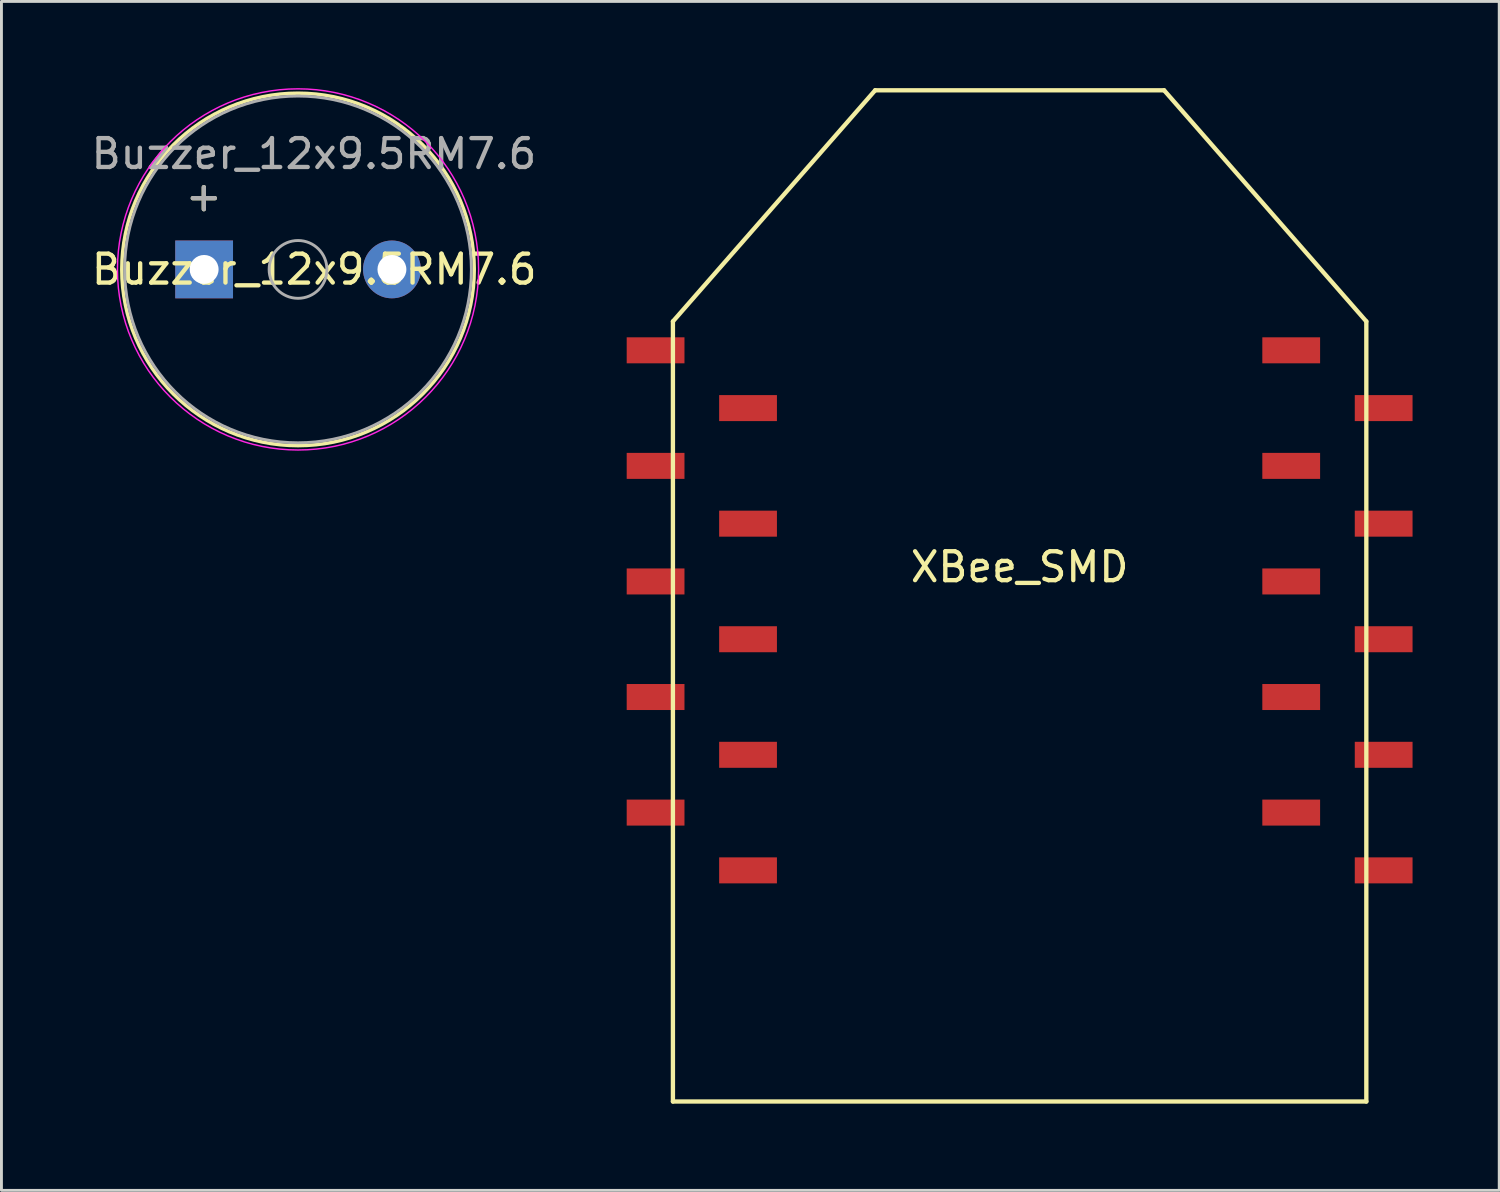
<source format=kicad_pcb>
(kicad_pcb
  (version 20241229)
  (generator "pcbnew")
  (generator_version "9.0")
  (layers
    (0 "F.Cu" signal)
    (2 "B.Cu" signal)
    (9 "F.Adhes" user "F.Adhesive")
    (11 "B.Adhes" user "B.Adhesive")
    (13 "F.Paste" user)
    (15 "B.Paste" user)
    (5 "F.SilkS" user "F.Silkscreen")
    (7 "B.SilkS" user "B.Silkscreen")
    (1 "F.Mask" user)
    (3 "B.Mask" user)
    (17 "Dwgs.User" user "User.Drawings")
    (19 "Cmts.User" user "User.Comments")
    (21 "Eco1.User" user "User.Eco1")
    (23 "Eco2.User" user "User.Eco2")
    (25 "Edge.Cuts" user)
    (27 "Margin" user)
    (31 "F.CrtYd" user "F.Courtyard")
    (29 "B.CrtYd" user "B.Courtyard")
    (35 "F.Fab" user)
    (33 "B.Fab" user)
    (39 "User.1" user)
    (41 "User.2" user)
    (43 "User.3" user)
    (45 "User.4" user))
  (footprint "Buzzer_12x9.5RM7.6"
    (layer "F.Cu")
    (at 4.015 6.275)
    (property "Reference" "Buzzer_12x9.5RM7.6" (at 3.81 0 180) (layer "F.SilkS") (effects (font (size 1 1) (thickness 0.15))))
    (attr through_hole)
    (fp_circle (center 3.25 0) (end 9.35 0) (stroke (width 0.12) (type solid)) (fill no) (layer "F.SilkS"))
    (fp_circle (center 3.25 0) (end 9.5 0) (stroke (width 0.05) (type solid)) (fill no) (layer "F.CrtYd"))
    (fp_circle (center 3.25 0) (end 4.25 0) (stroke (width 0.1) (type solid)) (fill no) (layer "F.Fab"))
    (fp_circle (center 3.25 0) (end 9.25 0) (stroke (width 0.1) (type solid)) (fill no) (layer "F.Fab"))
    (fp_text user "+" (at -0.01 -2.54 0) (layer "F.SilkS") (effects (font (size 1 1) (thickness 0.15))))
    (fp_text user "+" (at -0.01 -2.54 0) (layer "F.Fab") (effects (font (size 1 1) (thickness 0.15))))
    (fp_text user "${REFERENCE}" (at 3.8 -4 0) (layer "F.Fab") (effects (font (size 1 1) (thickness 0.15))))
    (pad "1" thru_hole rect (at 0 0) (size 2 2) (drill 1) (layers "*.Cu" "*.Mask"))
    (pad "2" thru_hole circle (at 6.5 0) (size 2 2) (drill 1) (layers "*.Cu" "*.Mask")))
  (footprint "XBee_SMD"
    (layer "F.Cu")
    (at 32.241 27.075)
    (property "Reference" "XBee_SMD" (at 0 -10.5 0) (layer "F.SilkS") (effects (font (size 1 1) (thickness 0.15))))
    (attr through_hole)
    (fp_line (start -12 -19) (end -5 -27) (stroke (width 0.15) (type solid)) (layer "F.SilkS"))
    (fp_line (start -12 8) (end -12 -19) (stroke (width 0.15) (type solid)) (layer "F.SilkS"))
    (fp_line (start -5 -27) (end 5 -27) (stroke (width 0.15) (type solid)) (layer "F.SilkS"))
    (fp_line (start 5 -27) (end 12 -19) (stroke (width 0.15) (type solid)) (layer "F.SilkS"))
    (fp_line (start 12 -19) (end 12 8) (stroke (width 0.15) (type solid)) (layer "F.SilkS"))
    (fp_line (start 12 8) (end -12 8) (stroke (width 0.15) (type solid)) (layer "F.SilkS"))
    (pad "1" smd rect (at -12.6 -18) (size 2 0.9) (layers "F.Cu" "F.Mask" "F.Paste"))
    (pad "2" smd rect (at -9.4 -16) (size 2 0.9) (layers "F.Cu" "F.Mask" "F.Paste"))
    (pad "3" smd rect (at -12.6 -14) (size 2 0.9) (layers "F.Cu" "F.Mask" "F.Paste"))
    (pad "4" smd rect (at -9.4 -12) (size 2 0.9) (layers "F.Cu" "F.Mask" "F.Paste"))
    (pad "5" smd rect (at -12.6 -10) (size 2 0.9) (layers "F.Cu" "F.Mask" "F.Paste"))
    (pad "6" smd rect (at -9.4 -8) (size 2 0.9) (layers "F.Cu" "F.Mask" "F.Paste"))
    (pad "7" smd rect (at -12.6 -6) (size 2 0.9) (layers "F.Cu" "F.Mask" "F.Paste"))
    (pad "8" smd rect (at -9.4 -4) (size 2 0.9) (layers "F.Cu" "F.Mask" "F.Paste"))
    (pad "9" smd rect (at -12.6 -2) (size 2 0.9) (layers "F.Cu" "F.Mask" "F.Paste"))
    (pad "10" smd rect (at -9.4 0) (size 2 0.9) (layers "F.Cu" "F.Mask" "F.Paste"))
    (pad "11" smd rect (at 9.4 -18) (size 2 0.9) (layers "F.Cu" "F.Mask" "F.Paste"))
    (pad "12" smd rect (at 12.6 -16) (size 2 0.9) (layers "F.Cu" "F.Mask" "F.Paste"))
    (pad "13" smd rect (at 9.4 -14) (size 2 0.9) (layers "F.Cu" "F.Mask" "F.Paste"))
    (pad "14" smd rect (at 12.6 -12) (size 2 0.9) (layers "F.Cu" "F.Mask" "F.Paste"))
    (pad "15" smd rect (at 9.4 -10) (size 2 0.9) (layers "F.Cu" "F.Mask" "F.Paste"))
    (pad "16" smd rect (at 12.6 -8) (size 2 0.9) (layers "F.Cu" "F.Mask" "F.Paste"))
    (pad "17" smd rect (at 9.4 -6) (size 2 0.9) (layers "F.Cu" "F.Mask" "F.Paste"))
    (pad "18" smd rect (at 12.6 -4) (size 2 0.9) (layers "F.Cu" "F.Mask" "F.Paste"))
    (pad "19" smd rect (at 9.4 -2) (size 2 0.9) (layers "F.Cu" "F.Mask" "F.Paste"))
    (pad "20" smd rect (at 12.6 0) (size 2 0.9) (layers "F.Cu" "F.Mask" "F.Paste")))
  (gr_rect
    (start -3 -3)
    (end 48.841 38.15)
    (stroke (width 0.1) (type default))
    (fill no)
    (layer "Edge.Cuts")))
</source>
